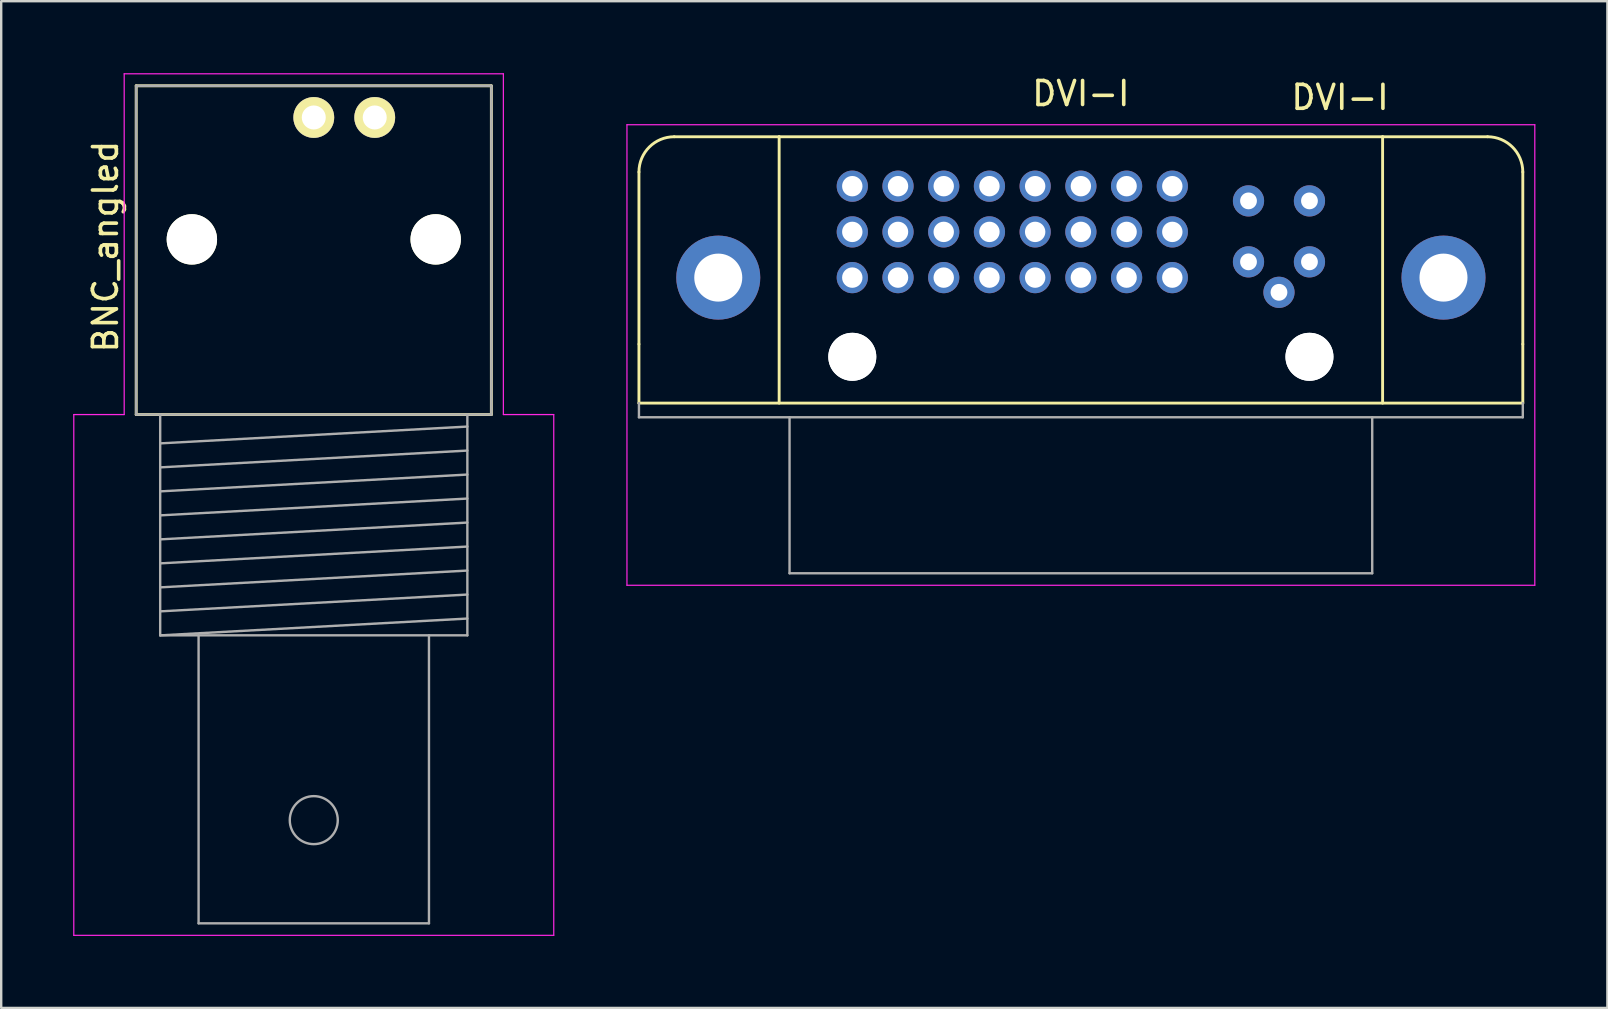
<source format=kicad_pcb>
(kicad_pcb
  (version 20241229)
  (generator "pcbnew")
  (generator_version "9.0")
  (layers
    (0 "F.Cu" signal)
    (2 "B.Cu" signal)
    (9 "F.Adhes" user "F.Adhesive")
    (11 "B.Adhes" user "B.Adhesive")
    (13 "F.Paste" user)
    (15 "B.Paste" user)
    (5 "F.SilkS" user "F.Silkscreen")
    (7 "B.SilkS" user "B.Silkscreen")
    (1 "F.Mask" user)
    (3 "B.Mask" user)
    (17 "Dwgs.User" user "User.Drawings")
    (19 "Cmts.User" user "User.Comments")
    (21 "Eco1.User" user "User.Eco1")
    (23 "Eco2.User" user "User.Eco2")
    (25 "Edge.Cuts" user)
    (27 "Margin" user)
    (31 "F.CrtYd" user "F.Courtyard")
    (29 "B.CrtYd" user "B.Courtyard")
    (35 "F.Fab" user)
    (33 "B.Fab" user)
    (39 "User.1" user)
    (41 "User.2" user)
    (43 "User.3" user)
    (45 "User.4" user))
  (footprint "BNC_angled"
    (layer "F.Cu")
    (at 10.025 14.225)
    (property "Reference" "BNC_angled" (at -8.68 -7 90) (layer "F.SilkS") (effects (font (size 1 1) (thickness 0.15))))
    (attr through_hole)
    (fp_line (start -7.4 -13.7) (end -7.4 0) (stroke (width 0.12) (type solid)) (layer "F.SilkS"))
    (fp_line (start -7.4 -13.7) (end 7.4 -13.7) (stroke (width 0.12) (type solid)) (layer "F.SilkS"))
    (fp_line (start -7.4 0) (end 7.4 0) (stroke (width 0.12) (type solid)) (layer "F.SilkS"))
    (fp_line (start 7.4 0) (end 7.4 -13.7) (stroke (width 0.12) (type solid)) (layer "F.SilkS"))
    (fp_line (start -10 0) (end -7.9 0) (stroke (width 0.05) (type solid)) (layer "F.CrtYd"))
    (fp_line (start -10 21.7) (end -10 0) (stroke (width 0.05) (type solid)) (layer "F.CrtYd"))
    (fp_line (start -7.9 -14.2) (end -7.9 0) (stroke (width 0.05) (type solid)) (layer "F.CrtYd"))
    (fp_line (start -7.9 -14.2) (end 7.9 -14.2) (stroke (width 0.05) (type solid)) (layer "F.CrtYd"))
    (fp_line (start 7.9 -14.2) (end 7.9 0) (stroke (width 0.05) (type solid)) (layer "F.CrtYd"))
    (fp_line (start 7.9 0) (end 10 0) (stroke (width 0.05) (type solid)) (layer "F.CrtYd"))
    (fp_line (start 10 0) (end 10 21.7) (stroke (width 0.05) (type solid)) (layer "F.CrtYd"))
    (fp_line (start 10 21.7) (end -10 21.7) (stroke (width 0.05) (type solid)) (layer "F.CrtYd"))
    (fp_line (start -7.4 -13.7) (end -7.4 0) (stroke (width 0.1) (type solid)) (layer "F.Fab"))
    (fp_line (start -7.4 0) (end 7.4 0) (stroke (width 0.1) (type solid)) (layer "F.Fab"))
    (fp_line (start -6.4 1.2) (end 6.4 0.5) (stroke (width 0.1) (type solid)) (layer "F.Fab"))
    (fp_line (start -6.4 2.2) (end 6.4 1.5) (stroke (width 0.1) (type solid)) (layer "F.Fab"))
    (fp_line (start -6.4 3.2) (end 6.4 2.5) (stroke (width 0.1) (type solid)) (layer "F.Fab"))
    (fp_line (start -6.4 4.2) (end 6.4 3.5) (stroke (width 0.1) (type solid)) (layer "F.Fab"))
    (fp_line (start -6.4 5.2) (end 6.4 4.5) (stroke (width 0.1) (type solid)) (layer "F.Fab"))
    (fp_line (start -6.4 6.2) (end 6.4 5.5) (stroke (width 0.1) (type solid)) (layer "F.Fab"))
    (fp_line (start -6.4 7.2) (end 6.4 6.5) (stroke (width 0.1) (type solid)) (layer "F.Fab"))
    (fp_line (start -6.4 8.2) (end 6.4 7.5) (stroke (width 0.1) (type solid)) (layer "F.Fab"))
    (fp_line (start -6.4 9.2) (end -6.4 0) (stroke (width 0.1) (type solid)) (layer "F.Fab"))
    (fp_line (start -6.4 9.2) (end 6.4 8.5) (stroke (width 0.1) (type solid)) (layer "F.Fab"))
    (fp_line (start -6.4 9.2) (end 6.4 9.2) (stroke (width 0.1) (type solid)) (layer "F.Fab"))
    (fp_line (start -4.8 21.2) (end -4.8 9.2) (stroke (width 0.1) (type solid)) (layer "F.Fab"))
    (fp_line (start -4.8 21.2) (end 4.8 21.2) (stroke (width 0.1) (type solid)) (layer "F.Fab"))
    (fp_line (start 4.8 21.2) (end 4.8 9.2) (stroke (width 0.1) (type solid)) (layer "F.Fab"))
    (fp_line (start 6.4 9.2) (end 6.4 0) (stroke (width 0.1) (type solid)) (layer "F.Fab"))
    (fp_line (start 7.4 -13.7) (end -7.4 -13.7) (stroke (width 0.1) (type solid)) (layer "F.Fab"))
    (fp_line (start 7.4 0) (end 7.4 -13.7) (stroke (width 0.1) (type solid)) (layer "F.Fab"))
    (fp_circle (center 0 16.9) (end 1 16.9) (stroke (width 0.1) (type solid)) (fill no) (layer "F.Fab"))
    (pad "" np_thru_hole circle (at -5.08 -7.3) (size 2.1 2.1) (drill 2.1) (layers "*.Cu" "*.Mask" "F.SilkS"))
    (pad "" np_thru_hole circle (at 5.08 -7.3) (size 2.1 2.1) (drill 2.1) (layers "*.Cu" "*.Mask" "F.SilkS"))
    (pad "1" thru_hole circle (at 0 -12.38) (size 1.7 1.7) (drill 1) (layers "*.Cu" "*.Mask" "F.SilkS"))
    (pad "2" thru_hole circle (at 2.54 -12.38) (size 1.7 1.7) (drill 1) (layers "*.Cu" "*.Mask" "F.SilkS")))
  (footprint "DVI-I"
    (layer "F.Cu")
    (at 41.99 13.748)
    (property "Reference" "DVI-I" (at 10.8 -12.74 0) (layer "F.SilkS") (effects (font (size 1 1) (thickness 0.15))))
    (attr through_hole)
    (fp_line (start -18.415 -9.63) (end -18.415 -2.458) (stroke (width 0.12) (type solid)) (layer "F.SilkS"))
    (fp_line (start -18.415 -2.458) (end -18.415 0) (stroke (width 0.12) (type solid)) (layer "F.SilkS"))
    (fp_line (start -18.415 0) (end 18.415 0) (stroke (width 0.12) (type solid)) (layer "F.SilkS"))
    (fp_line (start -16.945 -11.1) (end -12.573 -11.1) (stroke (width 0.12) (type solid)) (layer "F.SilkS"))
    (fp_line (start -12.573 -11.1) (end -12.573 0) (stroke (width 0.12) (type solid)) (layer "F.SilkS"))
    (fp_line (start -12.573 -11.1) (end 12.573 -11.1) (stroke (width 0.12) (type solid)) (layer "F.SilkS"))
    (fp_line (start 12.573 -11.1) (end 12.573 0) (stroke (width 0.12) (type solid)) (layer "F.SilkS"))
    (fp_line (start 12.573 -11.1) (end 16.945 -11.1) (stroke (width 0.12) (type solid)) (layer "F.SilkS"))
    (fp_line (start 18.415 -9.63) (end 18.415 -2.458) (stroke (width 0.12) (type solid)) (layer "F.SilkS"))
    (fp_line (start 18.415 -2.458) (end 18.415 0) (stroke (width 0.12) (type solid)) (layer "F.SilkS"))
    (fp_arc (start -18.415 -9.63) (mid -17.984447 -10.669447) (end -16.945 -11.1) (stroke (width 0.12) (type solid)) (layer "F.SilkS"))
    (fp_arc (start 16.945 -11.1) (mid 17.984447 -10.669447) (end 18.415 -9.63) (stroke (width 0.12) (type solid)) (layer "F.SilkS"))
    (fp_line (start -18.915 -11.6) (end 18.915 -11.6) (stroke (width 0.05) (type solid)) (layer "F.CrtYd"))
    (fp_line (start -18.915 7.59) (end -18.915 -11.6) (stroke (width 0.05) (type solid)) (layer "F.CrtYd"))
    (fp_line (start 18.915 -11.6) (end 18.915 7.59) (stroke (width 0.05) (type solid)) (layer "F.CrtYd"))
    (fp_line (start 18.915 7.59) (end -18.915 7.59) (stroke (width 0.05) (type solid)) (layer "F.CrtYd"))
    (fp_line (start -18.415 0) (end -18.415 0.59) (stroke (width 0.1) (type solid)) (layer "F.Fab"))
    (fp_line (start -18.415 0.59) (end 18.415 0.59) (stroke (width 0.1) (type solid)) (layer "F.Fab"))
    (fp_line (start -12.14 7.09) (end -12.14 0.59) (stroke (width 0.1) (type solid)) (layer "F.Fab"))
    (fp_line (start -12.14 7.09) (end 12.14 7.09) (stroke (width 0.1) (type solid)) (layer "F.Fab"))
    (fp_line (start 12.14 7.09) (end 12.14 0.59) (stroke (width 0.1) (type solid)) (layer "F.Fab"))
    (fp_line (start 18.415 0.59) (end 18.415 0) (stroke (width 0.1) (type solid)) (layer "F.Fab"))
    (fp_text user "DVI-I" (at 0 -12.9 0) (layer "F.SilkS") (effects (font (size 1 1) (thickness 0.15))))
    (pad "" np_thru_hole circle (at -9.525 -1.93) (size 1.999 1.999) (drill 1.999) (layers "*.Cu" "*.Mask"))
    (pad "" np_thru_hole circle (at -9.525 -1.93) (size 2 2) (drill 2) (layers "*.Cu" "*.Mask"))
    (pad "" np_thru_hole circle (at 9.525 -1.93) (size 1.999 1.999) (drill 1.999) (layers "*.Cu" "*.Mask"))
    (pad "" np_thru_hole circle (at 9.525 -1.93) (size 2 2) (drill 2) (layers "*.Cu" "*.Mask"))
    (pad "1" thru_hole circle (at -9.525 -9.04) (size 1.3 1.3) (drill 0.85) (layers "*.Cu" "*.Mask"))
    (pad "2" thru_hole circle (at -7.62 -9.04) (size 1.3 1.3) (drill 0.85) (layers "*.Cu" "*.Mask"))
    (pad "3" thru_hole circle (at -5.715 -9.04) (size 1.3 1.3) (drill 0.85) (layers "*.Cu" "*.Mask"))
    (pad "4" thru_hole circle (at -3.81 -9.04) (size 1.3 1.3) (drill 0.85) (layers "*.Cu" "*.Mask"))
    (pad "5" thru_hole circle (at -1.905 -9.04) (size 1.3 1.3) (drill 0.85) (layers "*.Cu" "*.Mask"))
    (pad "6" thru_hole circle (at 0 -9.04) (size 1.3 1.3) (drill 0.85) (layers "*.Cu" "*.Mask"))
    (pad "7" thru_hole circle (at 1.905 -9.04) (size 1.3 1.3) (drill 0.85) (layers "*.Cu" "*.Mask"))
    (pad "8" thru_hole circle (at 3.81 -9.04) (size 1.3 1.3) (drill 0.85) (layers "*.Cu" "*.Mask"))
    (pad "9" thru_hole circle (at -9.525 -7.135) (size 1.3 1.3) (drill 0.85) (layers "*.Cu" "*.Mask"))
    (pad "10" thru_hole circle (at -7.62 -7.135) (size 1.3 1.3) (drill 0.85) (layers "*.Cu" "*.Mask"))
    (pad "11" thru_hole circle (at -5.715 -7.135) (size 1.3 1.3) (drill 0.85) (layers "*.Cu" "*.Mask"))
    (pad "12" thru_hole circle (at -3.81 -7.135) (size 1.3 1.3) (drill 0.85) (layers "*.Cu" "*.Mask"))
    (pad "13" thru_hole circle (at -1.905 -7.135) (size 1.3 1.3) (drill 0.85) (layers "*.Cu" "*.Mask"))
    (pad "14" thru_hole circle (at 0 -7.135) (size 1.3 1.3) (drill 0.85) (layers "*.Cu" "*.Mask"))
    (pad "15" thru_hole circle (at 1.905 -7.135) (size 1.3 1.3) (drill 0.85) (layers "*.Cu" "*.Mask"))
    (pad "16" thru_hole circle (at 3.81 -7.135) (size 1.3 1.3) (drill 0.85) (layers "*.Cu" "*.Mask"))
    (pad "17" thru_hole circle (at -9.525 -5.23) (size 1.3 1.3) (drill 0.85) (layers "*.Cu" "*.Mask"))
    (pad "18" thru_hole circle (at -7.62 -5.23) (size 1.3 1.3) (drill 0.85) (layers "*.Cu" "*.Mask"))
    (pad "19" thru_hole circle (at -5.715 -5.23) (size 1.3 1.3) (drill 0.85) (layers "*.Cu" "*.Mask"))
    (pad "20" thru_hole circle (at -3.81 -5.23) (size 1.3 1.3) (drill 0.85) (layers "*.Cu" "*.Mask"))
    (pad "21" thru_hole circle (at -1.905 -5.23) (size 1.3 1.3) (drill 0.85) (layers "*.Cu" "*.Mask"))
    (pad "22" thru_hole circle (at 0 -5.23) (size 1.3 1.3) (drill 0.85) (layers "*.Cu" "*.Mask"))
    (pad "23" thru_hole circle (at 1.905 -5.23) (size 1.3 1.3) (drill 0.85) (layers "*.Cu" "*.Mask"))
    (pad "24" thru_hole circle (at 3.81 -5.23) (size 1.3 1.3) (drill 0.85) (layers "*.Cu" "*.Mask"))
    (pad "C1" thru_hole circle (at 6.985 -8.427) (size 1.3 1.3) (drill 0.7) (layers "*.Cu" "*.Mask"))
    (pad "C2" thru_hole circle (at 9.525 -8.427) (size 1.3 1.3) (drill 0.7) (layers "*.Cu" "*.Mask"))
    (pad "C3" thru_hole circle (at 6.985 -5.887) (size 1.3 1.3) (drill 0.7) (layers "*.Cu" "*.Mask"))
    (pad "C4" thru_hole circle (at 9.525 -5.887) (size 1.3 1.3) (drill 0.7) (layers "*.Cu" "*.Mask"))
    (pad "C5" thru_hole circle (at 8.255 -4.617) (size 1.3 1.3) (drill 0.7) (layers "*.Cu" "*.Mask"))
    (pad "SH" thru_hole circle (at -15.11 -5.23) (size 3.5 3.5) (drill 2) (layers "*.Cu" "*.Mask"))
    (pad "SH" thru_hole circle (at 15.11 -5.23) (size 3.5 3.5) (drill 2) (layers "*.Cu" "*.Mask")))
  (gr_rect
    (start -3 -3)
    (end 63.93 38.95)
    (stroke (width 0.1) (type default))
    (fill no)
    (layer "Edge.Cuts")))
</source>
